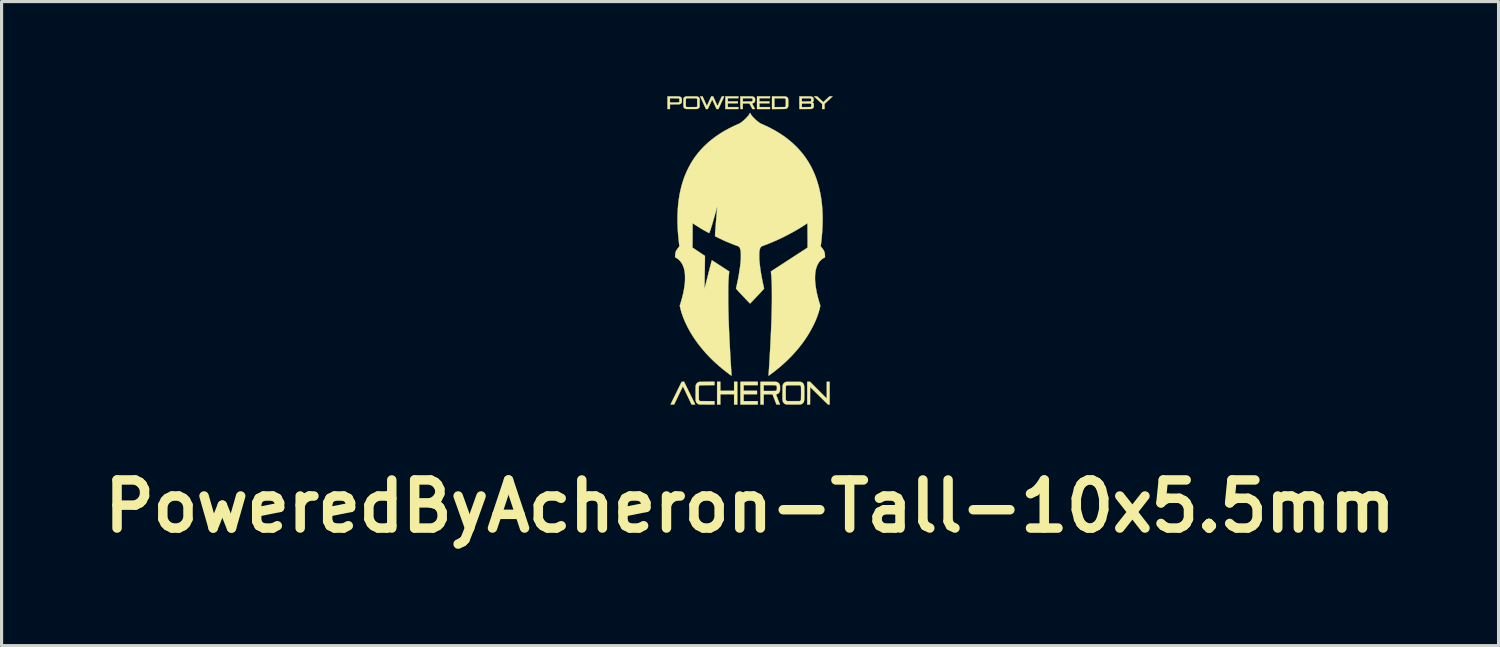
<source format=kicad_pcb>
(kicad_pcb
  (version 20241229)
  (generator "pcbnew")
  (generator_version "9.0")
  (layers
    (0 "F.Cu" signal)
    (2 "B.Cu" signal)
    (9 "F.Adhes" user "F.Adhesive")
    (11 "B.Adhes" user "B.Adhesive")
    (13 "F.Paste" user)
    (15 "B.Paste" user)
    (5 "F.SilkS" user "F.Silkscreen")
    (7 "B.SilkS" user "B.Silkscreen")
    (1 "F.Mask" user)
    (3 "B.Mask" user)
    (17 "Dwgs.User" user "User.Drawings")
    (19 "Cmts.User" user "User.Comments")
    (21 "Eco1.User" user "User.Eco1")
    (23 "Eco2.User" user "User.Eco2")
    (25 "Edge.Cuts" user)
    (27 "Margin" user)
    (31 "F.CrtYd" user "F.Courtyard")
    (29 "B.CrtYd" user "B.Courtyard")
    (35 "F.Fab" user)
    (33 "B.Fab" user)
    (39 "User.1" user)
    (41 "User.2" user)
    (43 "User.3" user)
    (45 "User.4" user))
  (footprint "PoweredByAcheron-Tall-10x5.5mm"
    (layer "F.Cu")
    (at 20.726 4.889)
    (property "Reference" "PoweredByAcheron-Tall-10x5.5mm" (at 0 8.11 0) (layer "F.SilkS") (effects (font (size 1.524 1.524) (thickness 0.3))))
    (attr through_hole)
    (fp_poly (pts (xy -0.942 4.45) (xy -0.505 4.45) (xy -0.505 4.163) (xy -0.404 4.163) (xy -0.404 4.884) (xy -0.505 4.884) (xy -0.505 4.556) (xy -0.942 4.556) (xy -0.942 4.884) (xy -1.044 4.884) (xy -1.044 4.163) (xy -0.942 4.163) (xy -0.942 4.45)) (stroke (width 0.01) (type solid)) (fill yes) (layer "F.SilkS"))
    (fp_poly (pts (xy 0.244 4.269) (xy -0.203 4.269) (xy -0.203 4.45) (xy 0.221 4.45) (xy 0.221 4.556) (xy -0.203 4.556) (xy -0.203 4.777) (xy 0.244 4.777) (xy 0.244 4.884) (xy -0.305 4.884) (xy -0.305 4.163) (xy 0.244 4.163) (xy 0.244 4.269)) (stroke (width 0.01) (type solid)) (fill yes) (layer "F.SilkS"))
    (fp_poly (pts (xy 0.632 -4.826) (xy 0.297 -4.826) (xy 0.297 -4.724) (xy 0.615 -4.724) (xy 0.615 -4.666) (xy 0.297 -4.666) (xy 0.297 -4.544) (xy 0.632 -4.544) (xy 0.632 -4.483) (xy 0.221 -4.483) (xy 0.221 -4.884) (xy 0.632 -4.884) (xy 0.632 -4.826)) (stroke (width 0.01) (type solid)) (fill yes) (layer "F.SilkS"))
    (fp_poly (pts (xy -0.371 -4.826) (xy -0.706 -4.826) (xy -0.706 -4.724) (xy -0.386 -4.724) (xy -0.387 -4.695) (xy -0.387 -4.667) (xy -0.706 -4.665) (xy -0.706 -4.544) (xy -0.371 -4.544) (xy -0.371 -4.483) (xy -0.782 -4.483) (xy -0.782 -4.884) (xy -0.371 -4.884) (xy -0.371 -4.826)) (stroke (width 0.01) (type solid)) (fill yes) (layer "F.SilkS"))
    (fp_poly (pts (xy 2.433 4.697) (xy 2.433 4.43) (xy 2.433 4.163) (xy 2.522 4.163) (xy 2.522 4.884) (xy 2.496 4.883) (xy 2.47 4.883) (xy 2.187 4.604) (xy 1.904 4.325) (xy 1.903 4.604) (xy 1.902 4.884) (xy 1.813 4.884) (xy 1.813 4.163) (xy 1.857 4.163) (xy 1.901 4.163) (xy 2.433 4.697)) (stroke (width 0.01) (type solid)) (fill yes) (layer "F.SilkS"))
    (fp_poly (pts (xy 2.215 -4.801) (xy 2.233 -4.784) (xy 2.251 -4.768) (xy 2.267 -4.753) (xy 2.281 -4.74) (xy 2.294 -4.728) (xy 2.303 -4.719) (xy 2.31 -4.713) (xy 2.314 -4.71) (xy 2.323 -4.701) (xy 2.421 -4.793) (xy 2.52 -4.884) (xy 2.569 -4.884) (xy 2.585 -4.884) (xy 2.598 -4.884) (xy 2.606 -4.883) (xy 2.611 -4.883) (xy 2.613 -4.882) (xy 2.614 -4.881) (xy 2.612 -4.88) (xy 2.612 -4.879) (xy 2.609 -4.877) (xy 2.603 -4.871) (xy 2.594 -4.863) (xy 2.582 -4.852) (xy 2.567 -4.839) (xy 2.551 -4.823) (xy 2.533 -4.806) (xy 2.513 -4.788) (xy 2.492 -4.769) (xy 2.484 -4.761) (xy 2.362 -4.647) (xy 2.361 -4.566) (xy 2.361 -4.484) (xy 2.323 -4.483) (xy 2.286 -4.483) (xy 2.286 -4.645) (xy 2.251 -4.677) (xy 2.241 -4.686) (xy 2.229 -4.698) (xy 2.214 -4.712) (xy 2.197 -4.728) (xy 2.178 -4.745) (xy 2.159 -4.763) (xy 2.14 -4.78) (xy 2.131 -4.789) (xy 2.113 -4.805) (xy 2.096 -4.821) (xy 2.08 -4.835) (xy 2.067 -4.848) (xy 2.055 -4.859) (xy 2.046 -4.867) (xy 2.039 -4.873) (xy 2.037 -4.875) (xy 2.028 -4.884) (xy 2.125 -4.884) (xy 2.215 -4.801)) (stroke (width 0.01) (type solid)) (fill yes) (layer "F.SilkS"))
    (fp_poly (pts (xy -1.917 4.52) (xy -1.897 4.56) (xy -1.878 4.599) (xy -1.86 4.636) (xy -1.842 4.672) (xy -1.826 4.705) (xy -1.81 4.737) (xy -1.796 4.766) (xy -1.783 4.792) (xy -1.772 4.816) (xy -1.762 4.836) (xy -1.754 4.853) (xy -1.748 4.866) (xy -1.743 4.875) (xy -1.741 4.88) (xy -1.741 4.88) (xy -1.741 4.882) (xy -1.743 4.882) (xy -1.748 4.883) (xy -1.756 4.884) (xy -1.767 4.884) (xy -1.783 4.884) (xy -1.796 4.884) (xy -1.853 4.884) (xy -1.99 4.595) (xy -2.007 4.559) (xy -2.024 4.524) (xy -2.039 4.491) (xy -2.054 4.46) (xy -2.068 4.43) (xy -2.081 4.404) (xy -2.093 4.38) (xy -2.103 4.359) (xy -2.112 4.341) (xy -2.119 4.326) (xy -2.124 4.316) (xy -2.127 4.309) (xy -2.129 4.307) (xy -2.129 4.307) (xy -2.13 4.31) (xy -2.134 4.316) (xy -2.139 4.327) (xy -2.146 4.342) (xy -2.155 4.36) (xy -2.165 4.381) (xy -2.177 4.405) (xy -2.19 4.432) (xy -2.204 4.461) (xy -2.219 4.492) (xy -2.235 4.525) (xy -2.252 4.56) (xy -2.269 4.596) (xy -2.269 4.596) (xy -2.407 4.883) (xy -2.463 4.883) (xy -2.48 4.883) (xy -2.494 4.883) (xy -2.506 4.883) (xy -2.514 4.883) (xy -2.519 4.882) (xy -2.519 4.882) (xy -2.518 4.88) (xy -2.515 4.873) (xy -2.51 4.862) (xy -2.503 4.847) (xy -2.494 4.829) (xy -2.483 4.808) (xy -2.471 4.783) (xy -2.458 4.755) (xy -2.443 4.725) (xy -2.427 4.693) (xy -2.41 4.658) (xy -2.392 4.622) (xy -2.373 4.584) (xy -2.354 4.545) (xy -2.343 4.522) (xy -2.167 4.164) (xy -2.129 4.163) (xy -2.091 4.163) (xy -1.917 4.52)) (stroke (width 0.01) (type solid)) (fill yes) (layer "F.SilkS"))
    (fp_poly (pts (xy -2.439 -4.884) (xy -2.402 -4.884) (xy -2.371 -4.884) (xy -2.343 -4.884) (xy -2.32 -4.884) (xy -2.3 -4.883) (xy -2.283 -4.883) (xy -2.269 -4.882) (xy -2.258 -4.881) (xy -2.248 -4.88) (xy -2.24 -4.879) (xy -2.233 -4.878) (xy -2.227 -4.876) (xy -2.222 -4.874) (xy -2.216 -4.871) (xy -2.211 -4.869) (xy -2.21 -4.869) (xy -2.195 -4.859) (xy -2.182 -4.846) (xy -2.171 -4.832) (xy -2.167 -4.822) (xy -2.165 -4.813) (xy -2.164 -4.801) (xy -2.163 -4.785) (xy -2.162 -4.768) (xy -2.162 -4.75) (xy -2.163 -4.733) (xy -2.164 -4.717) (xy -2.165 -4.704) (xy -2.167 -4.695) (xy -2.167 -4.694) (xy -2.176 -4.676) (xy -2.189 -4.661) (xy -2.205 -4.649) (xy -2.206 -4.648) (xy -2.212 -4.645) (xy -2.218 -4.642) (xy -2.224 -4.64) (xy -2.23 -4.638) (xy -2.237 -4.637) (xy -2.246 -4.635) (xy -2.256 -4.634) (xy -2.269 -4.634) (xy -2.284 -4.633) (xy -2.303 -4.633) (xy -2.325 -4.633) (xy -2.351 -4.633) (xy -2.381 -4.633) (xy -2.397 -4.633) (xy -2.54 -4.632) (xy -2.54 -4.483) (xy -2.616 -4.483) (xy -2.616 -4.691) (xy -2.54 -4.691) (xy -2.407 -4.691) (xy -2.377 -4.691) (xy -2.352 -4.691) (xy -2.331 -4.691) (xy -2.314 -4.691) (xy -2.3 -4.692) (xy -2.289 -4.692) (xy -2.281 -4.692) (xy -2.274 -4.693) (xy -2.269 -4.694) (xy -2.265 -4.694) (xy -2.262 -4.695) (xy -2.262 -4.695) (xy -2.254 -4.698) (xy -2.248 -4.702) (xy -2.244 -4.706) (xy -2.242 -4.712) (xy -2.24 -4.721) (xy -2.239 -4.734) (xy -2.239 -4.75) (xy -2.239 -4.757) (xy -2.239 -4.775) (xy -2.239 -4.788) (xy -2.241 -4.798) (xy -2.243 -4.805) (xy -2.246 -4.81) (xy -2.251 -4.814) (xy -2.257 -4.818) (xy -2.259 -4.819) (xy -2.262 -4.82) (xy -2.264 -4.821) (xy -2.268 -4.822) (xy -2.272 -4.823) (xy -2.278 -4.823) (xy -2.287 -4.824) (xy -2.297 -4.824) (xy -2.311 -4.824) (xy -2.328 -4.824) (xy -2.348 -4.825) (xy -2.373 -4.825) (xy -2.403 -4.825) (xy -2.405 -4.825) (xy -2.54 -4.826) (xy -2.54 -4.691) (xy -2.616 -4.691) (xy -2.616 -4.884) (xy -2.439 -4.884)) (stroke (width 0.01) (type solid)) (fill yes) (layer "F.SilkS"))
    (fp_poly (pts (xy 0.906 -4.883) (xy 1.116 -4.883) (xy 1.137 -4.876) (xy 1.159 -4.868) (xy 1.176 -4.857) (xy 1.189 -4.845) (xy 1.199 -4.829) (xy 1.205 -4.815) (xy 1.206 -4.811) (xy 1.207 -4.806) (xy 1.208 -4.802) (xy 1.209 -4.795) (xy 1.209 -4.788) (xy 1.21 -4.778) (xy 1.21 -4.765) (xy 1.21 -4.749) (xy 1.211 -4.73) (xy 1.211 -4.706) (xy 1.211 -4.694) (xy 1.211 -4.664) (xy 1.211 -4.639) (xy 1.211 -4.618) (xy 1.211 -4.601) (xy 1.21 -4.586) (xy 1.209 -4.575) (xy 1.208 -4.565) (xy 1.206 -4.557) (xy 1.204 -4.549) (xy 1.202 -4.543) (xy 1.201 -4.541) (xy 1.194 -4.529) (xy 1.183 -4.517) (xy 1.17 -4.507) (xy 1.157 -4.499) (xy 1.152 -4.497) (xy 1.146 -4.494) (xy 1.141 -4.492) (xy 1.135 -4.491) (xy 1.129 -4.489) (xy 1.121 -4.488) (xy 1.113 -4.487) (xy 1.102 -4.486) (xy 1.089 -4.486) (xy 1.074 -4.485) (xy 1.055 -4.485) (xy 1.034 -4.484) (xy 1.009 -4.484) (xy 0.98 -4.484) (xy 0.947 -4.484) (xy 0.909 -4.483) (xy 0.901 -4.483) (xy 0.696 -4.482) (xy 0.696 -4.543) (xy 0.772 -4.543) (xy 0.935 -4.544) (xy 1.098 -4.545) (xy 1.111 -4.551) (xy 1.116 -4.554) (xy 1.121 -4.556) (xy 1.124 -4.559) (xy 1.127 -4.563) (xy 1.13 -4.567) (xy 1.131 -4.574) (xy 1.132 -4.583) (xy 1.133 -4.594) (xy 1.134 -4.608) (xy 1.134 -4.626) (xy 1.134 -4.648) (xy 1.134 -4.674) (xy 1.134 -4.683) (xy 1.134 -4.711) (xy 1.134 -4.733) (xy 1.134 -4.752) (xy 1.133 -4.767) (xy 1.133 -4.779) (xy 1.132 -4.788) (xy 1.131 -4.795) (xy 1.129 -4.8) (xy 1.127 -4.804) (xy 1.125 -4.807) (xy 1.122 -4.81) (xy 1.119 -4.813) (xy 1.116 -4.815) (xy 1.113 -4.817) (xy 1.109 -4.818) (xy 1.105 -4.82) (xy 1.099 -4.821) (xy 1.092 -4.822) (xy 1.083 -4.823) (xy 1.071 -4.823) (xy 1.057 -4.824) (xy 1.039 -4.824) (xy 1.018 -4.824) (xy 0.993 -4.824) (xy 0.964 -4.825) (xy 0.933 -4.825) (xy 0.772 -4.826) (xy 0.772 -4.543) (xy 0.696 -4.543) (xy 0.696 -4.884) (xy 0.906 -4.883)) (stroke (width 0.01) (type solid)) (fill yes) (layer "F.SilkS"))
    (fp_poly (pts (xy -0.089 -4.884) (xy -0.058 -4.884) (xy -0.031 -4.884) (xy -0.008 -4.884) (xy 0.011 -4.883) (xy 0.027 -4.883) (xy 0.04 -4.883) (xy 0.051 -4.883) (xy 0.06 -4.882) (xy 0.067 -4.882) (xy 0.072 -4.881) (xy 0.077 -4.88) (xy 0.078 -4.88) (xy 0.102 -4.873) (xy 0.122 -4.863) (xy 0.138 -4.85) (xy 0.149 -4.833) (xy 0.152 -4.828) (xy 0.155 -4.823) (xy 0.156 -4.818) (xy 0.158 -4.812) (xy 0.158 -4.805) (xy 0.159 -4.795) (xy 0.159 -4.782) (xy 0.159 -4.773) (xy 0.159 -4.758) (xy 0.158 -4.747) (xy 0.158 -4.738) (xy 0.157 -4.732) (xy 0.156 -4.727) (xy 0.153 -4.721) (xy 0.152 -4.718) (xy 0.143 -4.702) (xy 0.133 -4.69) (xy 0.12 -4.681) (xy 0.104 -4.673) (xy 0.084 -4.667) (xy 0.062 -4.662) (xy 0.107 -4.575) (xy 0.118 -4.556) (xy 0.127 -4.538) (xy 0.135 -4.522) (xy 0.143 -4.508) (xy 0.148 -4.497) (xy 0.152 -4.49) (xy 0.154 -4.486) (xy 0.154 -4.486) (xy 0.154 -4.485) (xy 0.15 -4.484) (xy 0.143 -4.483) (xy 0.133 -4.483) (xy 0.118 -4.483) (xy 0.115 -4.483) (xy 0.075 -4.483) (xy -0.02 -4.662) (xy -0.23 -4.662) (xy -0.231 -4.572) (xy -0.231 -4.483) (xy -0.268 -4.483) (xy -0.281 -4.483) (xy -0.292 -4.483) (xy -0.3 -4.484) (xy -0.305 -4.484) (xy -0.306 -4.484) (xy -0.306 -4.487) (xy -0.306 -4.495) (xy -0.306 -4.506) (xy -0.307 -4.522) (xy -0.307 -4.541) (xy -0.307 -4.563) (xy -0.307 -4.588) (xy -0.307 -4.616) (xy -0.307 -4.645) (xy -0.307 -4.676) (xy -0.307 -4.685) (xy -0.307 -4.721) (xy -0.231 -4.721) (xy -0.092 -4.721) (xy -0.062 -4.722) (xy -0.036 -4.722) (xy -0.014 -4.722) (xy 0.004 -4.722) (xy 0.018 -4.722) (xy 0.03 -4.722) (xy 0.039 -4.723) (xy 0.046 -4.723) (xy 0.051 -4.724) (xy 0.055 -4.725) (xy 0.059 -4.726) (xy 0.059 -4.726) (xy 0.069 -4.73) (xy 0.075 -4.735) (xy 0.08 -4.742) (xy 0.082 -4.752) (xy 0.083 -4.766) (xy 0.083 -4.769) (xy 0.083 -4.785) (xy 0.082 -4.797) (xy 0.079 -4.806) (xy 0.074 -4.812) (xy 0.067 -4.818) (xy 0.066 -4.818) (xy 0.055 -4.824) (xy -0.23 -4.824) (xy -0.231 -4.773) (xy -0.231 -4.721) (xy -0.307 -4.721) (xy -0.307 -4.884) (xy -0.124 -4.884) (xy -0.089 -4.884)) (stroke (width 0.01) (type solid)) (fill yes) (layer "F.SilkS"))
    (fp_poly (pts (xy -1.128 4.269) (xy -1.356 4.27) (xy -1.584 4.271) (xy -1.594 4.276) (xy -1.607 4.286) (xy -1.617 4.299) (xy -1.622 4.311) (xy -1.622 4.314) (xy -1.623 4.318) (xy -1.624 4.323) (xy -1.624 4.33) (xy -1.624 4.338) (xy -1.625 4.349) (xy -1.625 4.363) (xy -1.625 4.379) (xy -1.625 4.399) (xy -1.625 4.422) (xy -1.625 4.45) (xy -1.625 4.481) (xy -1.625 4.518) (xy -1.625 4.529) (xy -1.625 4.566) (xy -1.625 4.598) (xy -1.624 4.626) (xy -1.624 4.65) (xy -1.624 4.67) (xy -1.624 4.687) (xy -1.624 4.701) (xy -1.623 4.712) (xy -1.623 4.721) (xy -1.623 4.728) (xy -1.622 4.733) (xy -1.621 4.737) (xy -1.621 4.74) (xy -1.62 4.742) (xy -1.62 4.743) (xy -1.612 4.756) (xy -1.602 4.765) (xy -1.592 4.771) (xy -1.59 4.772) (xy -1.588 4.772) (xy -1.586 4.773) (xy -1.582 4.774) (xy -1.578 4.774) (xy -1.572 4.775) (xy -1.564 4.775) (xy -1.555 4.775) (xy -1.542 4.776) (xy -1.528 4.776) (xy -1.51 4.776) (xy -1.489 4.776) (xy -1.464 4.776) (xy -1.435 4.776) (xy -1.401 4.777) (xy -1.363 4.777) (xy -1.354 4.777) (xy -1.128 4.777) (xy -1.128 4.884) (xy -1.358 4.884) (xy -1.392 4.883) (xy -1.425 4.883) (xy -1.456 4.883) (xy -1.484 4.883) (xy -1.511 4.883) (xy -1.534 4.883) (xy -1.554 4.883) (xy -1.571 4.883) (xy -1.584 4.882) (xy -1.592 4.882) (xy -1.596 4.882) (xy -1.596 4.882) (xy -1.622 4.876) (xy -1.646 4.867) (xy -1.667 4.854) (xy -1.685 4.839) (xy -1.692 4.831) (xy -1.701 4.818) (xy -1.709 4.802) (xy -1.716 4.784) (xy -1.721 4.767) (xy -1.721 4.766) (xy -1.722 4.762) (xy -1.723 4.758) (xy -1.723 4.753) (xy -1.724 4.747) (xy -1.724 4.739) (xy -1.725 4.73) (xy -1.725 4.718) (xy -1.725 4.705) (xy -1.725 4.688) (xy -1.726 4.668) (xy -1.726 4.645) (xy -1.726 4.618) (xy -1.726 4.587) (xy -1.726 4.551) (xy -1.726 4.522) (xy -1.726 4.483) (xy -1.726 4.448) (xy -1.726 4.418) (xy -1.726 4.392) (xy -1.725 4.37) (xy -1.725 4.351) (xy -1.725 4.336) (xy -1.725 4.322) (xy -1.725 4.312) (xy -1.724 4.303) (xy -1.724 4.296) (xy -1.723 4.29) (xy -1.723 4.286) (xy -1.722 4.282) (xy -1.721 4.28) (xy -1.713 4.252) (xy -1.7 4.228) (xy -1.684 4.208) (xy -1.665 4.191) (xy -1.641 4.178) (xy -1.624 4.171) (xy -1.604 4.164) (xy -1.366 4.163) (xy -1.128 4.162) (xy -1.128 4.269)) (stroke (width 0.01) (type solid)) (fill yes) (layer "F.SilkS"))
    (fp_poly (pts (xy -1.104 -4.733) (xy -1.092 -4.707) (xy -1.081 -4.683) (xy -1.07 -4.66) (xy -1.061 -4.639) (xy -1.053 -4.621) (xy -1.046 -4.606) (xy -1.04 -4.594) (xy -1.036 -4.586) (xy -1.034 -4.582) (xy -1.034 -4.581) (xy -1.033 -4.583) (xy -1.03 -4.589) (xy -1.025 -4.599) (xy -1.018 -4.613) (xy -1.01 -4.63) (xy -1.001 -4.649) (xy -0.991 -4.671) (xy -0.98 -4.695) (xy -0.968 -4.72) (xy -0.963 -4.732) (xy -0.893 -4.884) (xy -0.857 -4.884) (xy -0.842 -4.884) (xy -0.832 -4.884) (xy -0.826 -4.883) (xy -0.822 -4.882) (xy -0.821 -4.881) (xy -0.821 -4.88) (xy -0.823 -4.877) (xy -0.826 -4.87) (xy -0.831 -4.859) (xy -0.838 -4.844) (xy -0.846 -4.827) (xy -0.855 -4.806) (xy -0.866 -4.783) (xy -0.878 -4.757) (xy -0.89 -4.73) (xy -0.904 -4.701) (xy -0.914 -4.679) (xy -1.004 -4.483) (xy -1.061 -4.483) (xy -1.13 -4.637) (xy -1.144 -4.667) (xy -1.156 -4.693) (xy -1.166 -4.715) (xy -1.175 -4.734) (xy -1.182 -4.749) (xy -1.187 -4.761) (xy -1.192 -4.77) (xy -1.195 -4.776) (xy -1.198 -4.781) (xy -1.2 -4.784) (xy -1.201 -4.785) (xy -1.202 -4.785) (xy -1.203 -4.784) (xy -1.203 -4.783) (xy -1.205 -4.78) (xy -1.208 -4.772) (xy -1.213 -4.76) (xy -1.22 -4.746) (xy -1.228 -4.728) (xy -1.238 -4.707) (xy -1.248 -4.685) (xy -1.259 -4.661) (xy -1.271 -4.635) (xy -1.273 -4.63) (xy -1.341 -4.484) (xy -1.368 -4.483) (xy -1.396 -4.482) (xy -1.4 -4.492) (xy -1.403 -4.498) (xy -1.408 -4.507) (xy -1.414 -4.52) (xy -1.421 -4.536) (xy -1.43 -4.555) (xy -1.439 -4.576) (xy -1.45 -4.599) (xy -1.461 -4.623) (xy -1.473 -4.648) (xy -1.484 -4.674) (xy -1.496 -4.7) (xy -1.508 -4.726) (xy -1.52 -4.751) (xy -1.531 -4.776) (xy -1.541 -4.798) (xy -1.551 -4.819) (xy -1.559 -4.838) (xy -1.567 -4.854) (xy -1.573 -4.867) (xy -1.577 -4.876) (xy -1.579 -4.881) (xy -1.58 -4.883) (xy -1.577 -4.883) (xy -1.571 -4.883) (xy -1.561 -4.884) (xy -1.549 -4.884) (xy -1.544 -4.884) (xy -1.507 -4.884) (xy -1.439 -4.733) (xy -1.427 -4.707) (xy -1.416 -4.682) (xy -1.405 -4.659) (xy -1.396 -4.638) (xy -1.388 -4.62) (xy -1.381 -4.605) (xy -1.375 -4.593) (xy -1.371 -4.585) (xy -1.369 -4.581) (xy -1.369 -4.58) (xy -1.368 -4.583) (xy -1.365 -4.589) (xy -1.36 -4.599) (xy -1.353 -4.613) (xy -1.345 -4.63) (xy -1.336 -4.649) (xy -1.326 -4.671) (xy -1.315 -4.695) (xy -1.303 -4.72) (xy -1.298 -4.732) (xy -1.229 -4.884) (xy -1.171 -4.884) (xy -1.104 -4.733)) (stroke (width 0.01) (type solid)) (fill yes) (layer "F.SilkS"))
    (fp_poly (pts (xy 0.651 4.163) (xy 0.685 4.163) (xy 0.714 4.163) (xy 0.739 4.163) (xy 0.761 4.163) (xy 0.779 4.164) (xy 0.795 4.164) (xy 0.809 4.165) (xy 0.82 4.165) (xy 0.829 4.166) (xy 0.837 4.168) (xy 0.844 4.169) (xy 0.85 4.171) (xy 0.855 4.173) (xy 0.861 4.175) (xy 0.866 4.177) (xy 0.872 4.18) (xy 0.873 4.18) (xy 0.894 4.194) (xy 0.913 4.211) (xy 0.928 4.231) (xy 0.94 4.256) (xy 0.946 4.277) (xy 0.948 4.283) (xy 0.949 4.29) (xy 0.95 4.298) (xy 0.95 4.308) (xy 0.951 4.32) (xy 0.951 4.336) (xy 0.951 4.355) (xy 0.951 4.365) (xy 0.951 4.385) (xy 0.951 4.401) (xy 0.951 4.414) (xy 0.95 4.424) (xy 0.95 4.431) (xy 0.949 4.438) (xy 0.947 4.444) (xy 0.946 4.45) (xy 0.944 4.456) (xy 0.934 4.482) (xy 0.922 4.504) (xy 0.907 4.522) (xy 0.89 4.537) (xy 0.887 4.539) (xy 0.878 4.543) (xy 0.867 4.548) (xy 0.855 4.553) (xy 0.843 4.556) (xy 0.834 4.558) (xy 0.829 4.559) (xy 0.824 4.56) (xy 0.823 4.562) (xy 0.824 4.565) (xy 0.826 4.572) (xy 0.831 4.584) (xy 0.836 4.598) (xy 0.843 4.616) (xy 0.851 4.637) (xy 0.86 4.66) (xy 0.869 4.685) (xy 0.879 4.711) (xy 0.885 4.725) (xy 0.947 4.884) (xy 0.892 4.883) (xy 0.838 4.883) (xy 0.713 4.561) (xy 0.432 4.561) (xy 0.432 4.884) (xy 0.33 4.884) (xy 0.33 4.269) (xy 0.432 4.269) (xy 0.432 4.455) (xy 0.615 4.455) (xy 0.651 4.455) (xy 0.682 4.455) (xy 0.709 4.455) (xy 0.731 4.454) (xy 0.75 4.454) (xy 0.766 4.454) (xy 0.779 4.454) (xy 0.789 4.453) (xy 0.797 4.453) (xy 0.803 4.452) (xy 0.808 4.452) (xy 0.811 4.451) (xy 0.812 4.451) (xy 0.825 4.445) (xy 0.834 4.438) (xy 0.84 4.432) (xy 0.844 4.424) (xy 0.847 4.415) (xy 0.849 4.403) (xy 0.85 4.388) (xy 0.851 4.369) (xy 0.851 4.362) (xy 0.851 4.342) (xy 0.85 4.326) (xy 0.848 4.314) (xy 0.846 4.304) (xy 0.842 4.296) (xy 0.837 4.289) (xy 0.834 4.286) (xy 0.831 4.283) (xy 0.828 4.28) (xy 0.825 4.278) (xy 0.821 4.276) (xy 0.816 4.275) (xy 0.811 4.273) (xy 0.803 4.272) (xy 0.794 4.271) (xy 0.782 4.271) (xy 0.767 4.27) (xy 0.75 4.27) (xy 0.729 4.269) (xy 0.704 4.269) (xy 0.675 4.269) (xy 0.642 4.269) (xy 0.432 4.269) (xy 0.33 4.269) (xy 0.33 4.163) (xy 0.572 4.163) (xy 0.614 4.163) (xy 0.651 4.163)) (stroke (width 0.01) (type solid)) (fill yes) (layer "F.SilkS"))
    (fp_poly (pts (xy -1.765 -4.883) (xy -1.74 -4.883) (xy -1.719 -4.883) (xy -1.703 -4.883) (xy -1.692 -4.882) (xy -1.686 -4.881) (xy -1.662 -4.876) (xy -1.641 -4.867) (xy -1.624 -4.855) (xy -1.611 -4.84) (xy -1.606 -4.832) (xy -1.599 -4.817) (xy -1.599 -4.552) (xy -1.605 -4.538) (xy -1.616 -4.522) (xy -1.63 -4.508) (xy -1.648 -4.497) (xy -1.67 -4.489) (xy -1.67 -4.488) (xy -1.674 -4.488) (xy -1.678 -4.487) (xy -1.683 -4.486) (xy -1.69 -4.486) (xy -1.699 -4.485) (xy -1.71 -4.485) (xy -1.723 -4.485) (xy -1.74 -4.484) (xy -1.76 -4.484) (xy -1.784 -4.484) (xy -1.813 -4.484) (xy -1.844 -4.484) (xy -1.872 -4.484) (xy -1.899 -4.484) (xy -1.924 -4.484) (xy -1.946 -4.484) (xy -1.966 -4.484) (xy -1.983 -4.484) (xy -1.996 -4.484) (xy -2.005 -4.484) (xy -2.01 -4.484) (xy -2.01 -4.484) (xy -2.034 -4.488) (xy -2.055 -4.494) (xy -2.071 -4.502) (xy -2.085 -4.512) (xy -2.091 -4.518) (xy -2.095 -4.523) (xy -2.099 -4.528) (xy -2.102 -4.532) (xy -2.105 -4.537) (xy -2.107 -4.543) (xy -2.109 -4.551) (xy -2.11 -4.56) (xy -2.111 -4.571) (xy -2.111 -4.586) (xy -2.112 -4.603) (xy -2.112 -4.624) (xy -2.112 -4.649) (xy -2.112 -4.679) (xy -2.112 -4.686) (xy -2.112 -4.692) (xy -2.037 -4.692) (xy -2.037 -4.685) (xy -2.037 -4.657) (xy -2.037 -4.633) (xy -2.037 -4.614) (xy -2.036 -4.598) (xy -2.036 -4.586) (xy -2.035 -4.576) (xy -2.034 -4.569) (xy -2.033 -4.564) (xy -2.031 -4.56) (xy -2.029 -4.557) (xy -2.027 -4.555) (xy -2.026 -4.554) (xy -2.023 -4.552) (xy -2.02 -4.55) (xy -2.017 -4.549) (xy -2.013 -4.547) (xy -2.007 -4.546) (xy -1.999 -4.546) (xy -1.99 -4.545) (xy -1.977 -4.545) (xy -1.962 -4.544) (xy -1.944 -4.544) (xy -1.922 -4.544) (xy -1.895 -4.544) (xy -1.865 -4.544) (xy -1.85 -4.544) (xy -1.698 -4.545) (xy -1.689 -4.551) (xy -1.682 -4.556) (xy -1.677 -4.562) (xy -1.676 -4.563) (xy -1.676 -4.567) (xy -1.675 -4.574) (xy -1.675 -4.585) (xy -1.674 -4.599) (xy -1.674 -4.618) (xy -1.674 -4.642) (xy -1.674 -4.67) (xy -1.674 -4.688) (xy -1.675 -4.805) (xy -1.681 -4.811) (xy -1.684 -4.814) (xy -1.686 -4.816) (xy -1.689 -4.818) (xy -1.693 -4.82) (xy -1.698 -4.821) (xy -1.705 -4.822) (xy -1.714 -4.823) (xy -1.725 -4.823) (xy -1.739 -4.824) (xy -1.756 -4.824) (xy -1.777 -4.824) (xy -1.801 -4.824) (xy -1.83 -4.824) (xy -1.857 -4.824) (xy -2.008 -4.824) (xy -2.019 -4.818) (xy -2.023 -4.816) (xy -2.026 -4.814) (xy -2.029 -4.811) (xy -2.031 -4.808) (xy -2.033 -4.803) (xy -2.035 -4.796) (xy -2.036 -4.787) (xy -2.036 -4.775) (xy -2.037 -4.76) (xy -2.037 -4.742) (xy -2.037 -4.719) (xy -2.037 -4.692) (xy -2.112 -4.692) (xy -2.112 -4.715) (xy -2.112 -4.739) (xy -2.112 -4.759) (xy -2.112 -4.776) (xy -2.111 -4.789) (xy -2.111 -4.799) (xy -2.111 -4.807) (xy -2.11 -4.813) (xy -2.109 -4.818) (xy -2.108 -4.821) (xy -2.107 -4.824) (xy -2.107 -4.824) (xy -2.098 -4.841) (xy -2.087 -4.854) (xy -2.074 -4.864) (xy -2.056 -4.873) (xy -2.048 -4.876) (xy -2.028 -4.883) (xy -1.866 -4.883) (xy -1.828 -4.884) (xy -1.794 -4.884) (xy -1.765 -4.883)) (stroke (width 0.01) (type solid)) (fill yes) (layer "F.SilkS"))
    (fp_poly (pts (xy 1.777 -4.884) (xy 1.808 -4.884) (xy 1.834 -4.884) (xy 1.857 -4.884) (xy 1.876 -4.883) (xy 1.892 -4.883) (xy 1.905 -4.883) (xy 1.915 -4.882) (xy 1.924 -4.882) (xy 1.93 -4.881) (xy 1.935 -4.88) (xy 1.936 -4.88) (xy 1.959 -4.874) (xy 1.977 -4.866) (xy 1.991 -4.856) (xy 2.002 -4.843) (xy 2.006 -4.836) (xy 2.008 -4.83) (xy 2.01 -4.825) (xy 2.012 -4.819) (xy 2.013 -4.811) (xy 2.013 -4.8) (xy 2.014 -4.786) (xy 2.014 -4.784) (xy 2.014 -4.768) (xy 2.014 -4.756) (xy 2.013 -4.746) (xy 2.012 -4.739) (xy 2.01 -4.735) (xy 2.004 -4.721) (xy 1.994 -4.709) (xy 1.983 -4.7) (xy 1.98 -4.698) (xy 1.97 -4.694) (xy 1.981 -4.689) (xy 1.995 -4.681) (xy 2.006 -4.67) (xy 2.014 -4.657) (xy 2.015 -4.655) (xy 2.017 -4.65) (xy 2.018 -4.644) (xy 2.019 -4.637) (xy 2.019 -4.627) (xy 2.019 -4.613) (xy 2.019 -4.596) (xy 2.019 -4.595) (xy 2.018 -4.579) (xy 2.018 -4.566) (xy 2.017 -4.557) (xy 2.017 -4.55) (xy 2.015 -4.544) (xy 2.014 -4.54) (xy 2.011 -4.534) (xy 2.011 -4.533) (xy 2.001 -4.518) (xy 1.987 -4.506) (xy 1.969 -4.496) (xy 1.947 -4.489) (xy 1.944 -4.488) (xy 1.94 -4.487) (xy 1.934 -4.486) (xy 1.927 -4.486) (xy 1.919 -4.485) (xy 1.908 -4.485) (xy 1.894 -4.485) (xy 1.878 -4.484) (xy 1.858 -4.484) (xy 1.835 -4.484) (xy 1.807 -4.484) (xy 1.775 -4.483) (xy 1.75 -4.483) (xy 1.72 -4.483) (xy 1.691 -4.483) (xy 1.665 -4.483) (xy 1.641 -4.483) (xy 1.619 -4.483) (xy 1.601 -4.483) (xy 1.586 -4.483) (xy 1.575 -4.484) (xy 1.568 -4.484) (xy 1.566 -4.484) (xy 1.566 -4.487) (xy 1.566 -4.494) (xy 1.565 -4.506) (xy 1.565 -4.522) (xy 1.565 -4.541) (xy 1.565 -4.543) (xy 1.641 -4.543) (xy 1.778 -4.544) (xy 1.809 -4.544) (xy 1.834 -4.544) (xy 1.855 -4.545) (xy 1.873 -4.545) (xy 1.887 -4.545) (xy 1.898 -4.546) (xy 1.906 -4.546) (xy 1.913 -4.546) (xy 1.917 -4.547) (xy 1.921 -4.548) (xy 1.923 -4.549) (xy 1.925 -4.549) (xy 1.931 -4.554) (xy 1.936 -4.559) (xy 1.94 -4.565) (xy 1.941 -4.573) (xy 1.942 -4.585) (xy 1.942 -4.601) (xy 1.942 -4.607) (xy 1.942 -4.621) (xy 1.942 -4.631) (xy 1.941 -4.638) (xy 1.94 -4.642) (xy 1.938 -4.645) (xy 1.936 -4.648) (xy 1.935 -4.649) (xy 1.927 -4.654) (xy 1.919 -4.658) (xy 1.918 -4.658) (xy 1.913 -4.658) (xy 1.903 -4.659) (xy 1.889 -4.659) (xy 1.87 -4.66) (xy 1.847 -4.66) (xy 1.819 -4.66) (xy 1.788 -4.66) (xy 1.775 -4.66) (xy 1.641 -4.66) (xy 1.641 -4.543) (xy 1.565 -4.543) (xy 1.565 -4.563) (xy 1.565 -4.588) (xy 1.565 -4.616) (xy 1.565 -4.645) (xy 1.564 -4.676) (xy 1.564 -4.685) (xy 1.564 -4.721) (xy 1.641 -4.721) (xy 1.773 -4.721) (xy 1.799 -4.722) (xy 1.824 -4.722) (xy 1.846 -4.722) (xy 1.867 -4.722) (xy 1.884 -4.722) (xy 1.899 -4.723) (xy 1.909 -4.723) (xy 1.915 -4.724) (xy 1.916 -4.724) (xy 1.924 -4.726) (xy 1.929 -4.729) (xy 1.933 -4.734) (xy 1.935 -4.741) (xy 1.937 -4.752) (xy 1.937 -4.766) (xy 1.937 -4.769) (xy 1.938 -4.785) (xy 1.937 -4.797) (xy 1.936 -4.806) (xy 1.933 -4.812) (xy 1.929 -4.816) (xy 1.923 -4.82) (xy 1.921 -4.821) (xy 1.918 -4.821) (xy 1.914 -4.822) (xy 1.909 -4.823) (xy 1.902 -4.823) (xy 1.893 -4.824) (xy 1.881 -4.824) (xy 1.867 -4.824) (xy 1.848 -4.824) (xy 1.826 -4.824) (xy 1.8 -4.824) (xy 1.778 -4.824) (xy 1.642 -4.824) (xy 1.641 -4.773) (xy 1.641 -4.721) (xy 1.564 -4.721) (xy 1.564 -4.884) (xy 1.741 -4.884) (xy 1.777 -4.884)) (stroke (width 0.01) (type solid)) (fill yes) (layer "F.SilkS"))
    (fp_poly (pts (xy 1.618 4.172) (xy 1.643 4.183) (xy 1.664 4.196) (xy 1.681 4.213) (xy 1.695 4.233) (xy 1.705 4.256) (xy 1.713 4.283) (xy 1.717 4.312) (xy 1.717 4.319) (xy 1.718 4.331) (xy 1.718 4.347) (xy 1.718 4.367) (xy 1.719 4.389) (xy 1.719 4.414) (xy 1.719 4.441) (xy 1.719 4.47) (xy 1.719 4.499) (xy 1.719 4.529) (xy 1.719 4.559) (xy 1.719 4.588) (xy 1.719 4.616) (xy 1.719 4.642) (xy 1.719 4.666) (xy 1.718 4.688) (xy 1.718 4.706) (xy 1.718 4.72) (xy 1.717 4.731) (xy 1.717 4.735) (xy 1.713 4.762) (xy 1.707 4.785) (xy 1.699 4.806) (xy 1.689 4.823) (xy 1.675 4.84) (xy 1.674 4.841) (xy 1.655 4.856) (xy 1.635 4.868) (xy 1.611 4.878) (xy 1.609 4.878) (xy 1.606 4.879) (xy 1.602 4.88) (xy 1.598 4.88) (xy 1.592 4.881) (xy 1.585 4.881) (xy 1.576 4.882) (xy 1.565 4.882) (xy 1.551 4.882) (xy 1.534 4.882) (xy 1.515 4.883) (xy 1.491 4.883) (xy 1.464 4.883) (xy 1.432 4.883) (xy 1.396 4.883) (xy 1.38 4.883) (xy 1.348 4.883) (xy 1.316 4.883) (xy 1.286 4.883) (xy 1.258 4.883) (xy 1.233 4.883) (xy 1.21 4.882) (xy 1.191 4.882) (xy 1.175 4.882) (xy 1.163 4.882) (xy 1.156 4.881) (xy 1.154 4.881) (xy 1.127 4.874) (xy 1.102 4.863) (xy 1.081 4.848) (xy 1.064 4.83) (xy 1.05 4.808) (xy 1.039 4.783) (xy 1.039 4.782) (xy 1.037 4.776) (xy 1.036 4.769) (xy 1.034 4.762) (xy 1.033 4.754) (xy 1.032 4.745) (xy 1.031 4.735) (xy 1.03 4.722) (xy 1.03 4.708) (xy 1.029 4.69) (xy 1.029 4.67) (xy 1.029 4.647) (xy 1.029 4.62) (xy 1.029 4.589) (xy 1.029 4.554) (xy 1.029 4.531) (xy 1.131 4.531) (xy 1.131 4.56) (xy 1.131 4.588) (xy 1.131 4.616) (xy 1.132 4.642) (xy 1.132 4.666) (xy 1.132 4.687) (xy 1.133 4.705) (xy 1.133 4.72) (xy 1.134 4.732) (xy 1.135 4.738) (xy 1.135 4.74) (xy 1.142 4.754) (xy 1.154 4.765) (xy 1.168 4.773) (xy 1.175 4.775) (xy 1.179 4.775) (xy 1.188 4.775) (xy 1.201 4.776) (xy 1.218 4.776) (xy 1.239 4.776) (xy 1.262 4.776) (xy 1.289 4.776) (xy 1.317 4.776) (xy 1.348 4.776) (xy 1.379 4.776) (xy 1.573 4.776) (xy 1.586 4.77) (xy 1.599 4.761) (xy 1.608 4.749) (xy 1.613 4.738) (xy 1.614 4.733) (xy 1.614 4.724) (xy 1.615 4.711) (xy 1.615 4.694) (xy 1.616 4.674) (xy 1.616 4.651) (xy 1.616 4.626) (xy 1.617 4.599) (xy 1.617 4.571) (xy 1.617 4.542) (xy 1.617 4.513) (xy 1.617 4.484) (xy 1.617 4.456) (xy 1.617 4.429) (xy 1.616 4.403) (xy 1.616 4.379) (xy 1.616 4.358) (xy 1.615 4.341) (xy 1.615 4.326) (xy 1.614 4.316) (xy 1.613 4.31) (xy 1.613 4.309) (xy 1.605 4.293) (xy 1.594 4.281) (xy 1.587 4.276) (xy 1.576 4.271) (xy 1.172 4.271) (xy 1.162 4.276) (xy 1.148 4.286) (xy 1.138 4.299) (xy 1.135 4.307) (xy 1.134 4.311) (xy 1.134 4.32) (xy 1.133 4.333) (xy 1.133 4.35) (xy 1.132 4.37) (xy 1.132 4.393) (xy 1.132 4.418) (xy 1.131 4.445) (xy 1.131 4.473) (xy 1.131 4.502) (xy 1.131 4.531) (xy 1.029 4.531) (xy 1.029 4.514) (xy 1.029 4.507) (xy 1.029 4.468) (xy 1.03 4.433) (xy 1.03 4.403) (xy 1.03 4.377) (xy 1.03 4.355) (xy 1.031 4.336) (xy 1.031 4.319) (xy 1.032 4.306) (xy 1.033 4.294) (xy 1.034 4.285) (xy 1.035 4.277) (xy 1.037 4.27) (xy 1.038 4.264) (xy 1.04 4.258) (xy 1.043 4.253) (xy 1.046 4.247) (xy 1.048 4.242) (xy 1.061 4.22) (xy 1.078 4.202) (xy 1.098 4.187) (xy 1.122 4.175) (xy 1.132 4.171) (xy 1.154 4.164) (xy 1.596 4.164) (xy 1.618 4.172)) (stroke (width 0.01) (type solid)) (fill yes) (layer "F.SilkS"))
    (fp_poly (pts (xy 0.002 -4.361) (xy 0.005 -4.355) (xy 0.009 -4.347) (xy 0.013 -4.338) (xy 0.028 -4.312) (xy 0.048 -4.283) (xy 0.071 -4.253) (xy 0.098 -4.222) (xy 0.128 -4.191) (xy 0.162 -4.158) (xy 0.198 -4.126) (xy 0.236 -4.094) (xy 0.277 -4.063) (xy 0.29 -4.054) (xy 0.302 -4.045) (xy 0.312 -4.038) (xy 0.321 -4.032) (xy 0.331 -4.027) (xy 0.341 -4.021) (xy 0.354 -4.016) (xy 0.37 -4.009) (xy 0.381 -4.004) (xy 0.494 -3.953) (xy 0.606 -3.9) (xy 0.713 -3.843) (xy 0.818 -3.785) (xy 0.919 -3.724) (xy 1.016 -3.661) (xy 1.108 -3.597) (xy 1.197 -3.53) (xy 1.201 -3.527) (xy 1.294 -3.45) (xy 1.383 -3.371) (xy 1.468 -3.29) (xy 1.548 -3.205) (xy 1.624 -3.118) (xy 1.696 -3.029) (xy 1.763 -2.937) (xy 1.788 -2.9) (xy 1.85 -2.804) (xy 1.908 -2.706) (xy 1.961 -2.604) (xy 2.011 -2.5) (xy 2.057 -2.393) (xy 2.098 -2.283) (xy 2.136 -2.17) (xy 2.17 -2.053) (xy 2.2 -1.934) (xy 2.226 -1.812) (xy 2.248 -1.687) (xy 2.267 -1.559) (xy 2.281 -1.428) (xy 2.291 -1.293) (xy 2.298 -1.156) (xy 2.301 -1.015) (xy 2.299 -0.871) (xy 2.294 -0.724) (xy 2.285 -0.573) (xy 2.279 -0.498) (xy 2.275 -0.454) (xy 2.272 -0.411) (xy 2.267 -0.369) (xy 2.263 -0.326) (xy 2.257 -0.28) (xy 2.252 -0.231) (xy 2.25 -0.217) (xy 2.239 -0.131) (xy 2.272 -0.09) (xy 2.293 -0.063) (xy 2.311 -0.039) (xy 2.325 -0.017) (xy 2.338 0.004) (xy 2.347 0.024) (xy 2.355 0.043) (xy 2.361 0.064) (xy 2.366 0.082) (xy 2.369 0.105) (xy 2.372 0.132) (xy 2.374 0.16) (xy 2.375 0.185) (xy 2.375 0.217) (xy 2.355 0.227) (xy 2.317 0.249) (xy 2.28 0.276) (xy 2.245 0.306) (xy 2.213 0.34) (xy 2.185 0.376) (xy 2.174 0.392) (xy 2.149 0.433) (xy 2.128 0.477) (xy 2.11 0.524) (xy 2.094 0.575) (xy 2.081 0.63) (xy 2.071 0.688) (xy 2.066 0.731) (xy 2.064 0.748) (xy 2.063 0.77) (xy 2.062 0.794) (xy 2.061 0.821) (xy 2.06 0.849) (xy 2.06 0.878) (xy 2.06 0.905) (xy 2.061 0.931) (xy 2.061 0.954) (xy 2.062 0.966) (xy 2.069 1.053) (xy 2.08 1.143) (xy 2.095 1.234) (xy 2.113 1.329) (xy 2.135 1.426) (xy 2.16 1.526) (xy 2.19 1.629) (xy 2.208 1.689) (xy 2.227 1.749) (xy 2.22 1.787) (xy 2.205 1.852) (xy 2.187 1.92) (xy 2.165 1.991) (xy 2.14 2.064) (xy 2.112 2.139) (xy 2.081 2.215) (xy 2.047 2.291) (xy 2.01 2.369) (xy 1.996 2.398) (xy 1.935 2.512) (xy 1.87 2.626) (xy 1.8 2.739) (xy 1.725 2.85) (xy 1.646 2.959) (xy 1.562 3.067) (xy 1.473 3.173) (xy 1.38 3.278) (xy 1.283 3.381) (xy 1.181 3.482) (xy 1.075 3.581) (xy 0.965 3.678) (xy 0.85 3.773) (xy 0.732 3.866) (xy 0.632 3.94) (xy 0.619 3.95) (xy 0.608 3.958) (xy 0.598 3.964) (xy 0.591 3.969) (xy 0.588 3.971) (xy 0.587 3.971) (xy 0.587 3.969) (xy 0.588 3.961) (xy 0.588 3.95) (xy 0.589 3.935) (xy 0.59 3.916) (xy 0.591 3.894) (xy 0.593 3.87) (xy 0.594 3.844) (xy 0.596 3.816) (xy 0.597 3.809) (xy 0.609 3.619) (xy 0.62 3.433) (xy 0.63 3.252) (xy 0.64 3.077) (xy 0.649 2.905) (xy 0.657 2.739) (xy 0.664 2.577) (xy 0.67 2.419) (xy 0.676 2.266) (xy 0.681 2.117) (xy 0.685 1.972) (xy 0.689 1.832) (xy 0.691 1.723) (xy 0.692 1.693) (xy 0.692 1.66) (xy 0.692 1.624) (xy 0.693 1.585) (xy 0.693 1.545) (xy 0.693 1.503) (xy 0.693 1.46) (xy 0.693 1.416) (xy 0.693 1.372) (xy 0.692 1.329) (xy 0.692 1.287) (xy 0.692 1.246) (xy 0.692 1.206) (xy 0.691 1.17) (xy 0.691 1.136) (xy 0.69 1.105) (xy 0.69 1.078) (xy 0.689 1.055) (xy 0.688 1.041) (xy 0.686 0.984) (xy 0.683 0.93) (xy 0.68 0.88) (xy 0.677 0.833) (xy 0.673 0.789) (xy 0.669 0.751) (xy 0.666 0.717) (xy 0.665 0.715) (xy 0.664 0.701) (xy 0.662 0.689) (xy 0.661 0.679) (xy 0.66 0.672) (xy 0.66 0.671) (xy 0.662 0.668) (xy 0.667 0.664) (xy 0.676 0.657) (xy 0.688 0.649) (xy 0.704 0.638) (xy 0.724 0.625) (xy 0.736 0.617) (xy 0.748 0.609) (xy 0.764 0.599) (xy 0.783 0.587) (xy 0.805 0.572) (xy 0.831 0.555) (xy 0.859 0.537) (xy 0.889 0.518) (xy 0.92 0.497) (xy 0.954 0.476) (xy 0.988 0.453) (xy 1.023 0.431) (xy 1.058 0.408) (xy 1.082 0.392) (xy 1.121 0.367) (xy 1.164 0.339) (xy 1.208 0.31) (xy 1.254 0.281) (xy 1.3 0.251) (xy 1.347 0.22) (xy 1.393 0.19) (xy 1.438 0.161) (xy 1.481 0.133) (xy 1.522 0.107) (xy 1.56 0.082) (xy 1.586 0.065) (xy 1.617 0.045) (xy 1.647 0.025) (xy 1.676 0.006) (xy 1.703 -0.011) (xy 1.728 -0.027) (xy 1.75 -0.042) (xy 1.77 -0.055) (xy 1.788 -0.066) (xy 1.802 -0.076) (xy 1.812 -0.083) (xy 1.819 -0.087) (xy 1.822 -0.09) (xy 1.823 -0.09) (xy 1.823 -0.092) (xy 1.823 -0.096) (xy 1.824 -0.104) (xy 1.824 -0.115) (xy 1.824 -0.13) (xy 1.824 -0.148) (xy 1.824 -0.17) (xy 1.824 -0.196) (xy 1.824 -0.226) (xy 1.824 -0.26) (xy 1.824 -0.298) (xy 1.824 -0.341) (xy 1.824 -0.388) (xy 1.823 -0.441) (xy 1.823 -0.477) (xy 1.823 -0.521) (xy 1.822 -0.564) (xy 1.822 -0.604) (xy 1.822 -0.643) (xy 1.822 -0.68) (xy 1.821 -0.714) (xy 1.821 -0.745) (xy 1.821 -0.773) (xy 1.821 -0.798) (xy 1.82 -0.819) (xy 1.82 -0.837) (xy 1.82 -0.85) (xy 1.82 -0.859) (xy 1.82 -0.863) (xy 1.82 -0.863) (xy 1.817 -0.862) (xy 1.812 -0.858) (xy 1.803 -0.853) (xy 1.792 -0.846) (xy 1.779 -0.837) (xy 1.777 -0.836) (xy 1.669 -0.766) (xy 1.556 -0.696) (xy 1.439 -0.627) (xy 1.319 -0.56) (xy 1.197 -0.495) (xy 1.073 -0.432) (xy 0.947 -0.371) (xy 0.821 -0.314) (xy 0.695 -0.259) (xy 0.569 -0.207) (xy 0.445 -0.16) (xy 0.381 -0.136) (xy 0.369 -0.132) (xy 0.361 -0.127) (xy 0.353 -0.12) (xy 0.348 -0.115) (xy 0.335 -0.098) (xy 0.324 -0.077) (xy 0.313 -0.051) (xy 0.305 -0.02) (xy 0.298 0.015) (xy 0.295 0.033) (xy 0.294 0.047) (xy 0.293 0.066) (xy 0.292 0.089) (xy 0.291 0.114) (xy 0.291 0.141) (xy 0.291 0.169) (xy 0.291 0.199) (xy 0.291 0.227) (xy 0.292 0.255) (xy 0.293 0.282) (xy 0.294 0.305) (xy 0.295 0.323) (xy 0.303 0.399) (xy 0.312 0.479) (xy 0.323 0.563) (xy 0.336 0.65) (xy 0.35 0.74) (xy 0.367 0.832) (xy 0.384 0.926) (xy 0.404 1.021) (xy 0.424 1.117) (xy 0.433 1.156) (xy 0.445 1.207) (xy 0.438 1.216) (xy 0.432 1.224) (xy 0.422 1.235) (xy 0.41 1.249) (xy 0.395 1.265) (xy 0.378 1.284) (xy 0.359 1.305) (xy 0.338 1.328) (xy 0.316 1.352) (xy 0.293 1.377) (xy 0.269 1.402) (xy 0.259 1.412) (xy 0.236 1.437) (xy 0.212 1.462) (xy 0.187 1.488) (xy 0.164 1.513) (xy 0.141 1.537) (xy 0.118 1.56) (xy 0.098 1.582) (xy 0.079 1.602) (xy 0.062 1.619) (xy 0.048 1.634) (xy 0.037 1.645) (xy 0.031 1.651) (xy -0.000008 1.683) (xy -0.03 1.652) (xy -0.043 1.639) (xy -0.06 1.622) (xy -0.079 1.602) (xy -0.1 1.58) (xy -0.123 1.555) (xy -0.148 1.53) (xy -0.173 1.503) (xy -0.199 1.475) (xy -0.226 1.447) (xy -0.252 1.42) (xy -0.277 1.393) (xy -0.302 1.367) (xy -0.325 1.342) (xy -0.33 1.336) (xy -0.349 1.316) (xy -0.367 1.296) (xy -0.384 1.278) (xy -0.399 1.261) (xy -0.412 1.246) (xy -0.423 1.233) (xy -0.431 1.224) (xy -0.435 1.22) (xy -0.445 1.207) (xy -0.429 1.139) (xy -0.403 1.017) (xy -0.379 0.899) (xy -0.358 0.785) (xy -0.34 0.675) (xy -0.324 0.569) (xy -0.31 0.468) (xy -0.3 0.371) (xy -0.295 0.323) (xy -0.294 0.301) (xy -0.293 0.277) (xy -0.292 0.251) (xy -0.291 0.222) (xy -0.291 0.193) (xy -0.291 0.164) (xy -0.291 0.136) (xy -0.291 0.109) (xy -0.292 0.084) (xy -0.293 0.062) (xy -0.294 0.044) (xy -0.295 0.033) (xy -0.301 -0.002) (xy -0.309 -0.033) (xy -0.317 -0.061) (xy -0.327 -0.085) (xy -0.338 -0.104) (xy -0.35 -0.117) (xy -0.354 -0.121) (xy -0.358 -0.125) (xy -0.363 -0.128) (xy -0.37 -0.131) (xy -0.379 -0.135) (xy -0.39 -0.139) (xy -0.406 -0.145) (xy -0.415 -0.148) (xy -0.489 -0.175) (xy -0.566 -0.205) (xy -0.646 -0.237) (xy -0.727 -0.271) (xy -0.81 -0.307) (xy -0.862 -0.331) (xy -0.877 -0.338) (xy -0.894 -0.346) (xy -0.914 -0.356) (xy -0.936 -0.366) (xy -0.958 -0.377) (xy -0.981 -0.388) (xy -1.003 -0.398) (xy -1.024 -0.409) (xy -1.044 -0.418) (xy -1.062 -0.427) (xy -1.076 -0.434) (xy -1.087 -0.44) (xy -1.093 -0.443) (xy -1.109 -0.451) (xy -1.109 -0.467) (xy -1.11 -0.478) (xy -1.109 -0.494) (xy -1.108 -0.515) (xy -1.107 -0.541) (xy -1.105 -0.572) (xy -1.103 -0.607) (xy -1.1 -0.647) (xy -1.097 -0.692) (xy -1.093 -0.741) (xy -1.089 -0.794) (xy -1.084 -0.853) (xy -1.079 -0.915) (xy -1.073 -0.982) (xy -1.07 -1.017) (xy -1.068 -1.043) (xy -1.066 -1.071) (xy -1.063 -1.1) (xy -1.061 -1.13) (xy -1.058 -1.161) (xy -1.055 -1.191) (xy -1.053 -1.221) (xy -1.05 -1.25) (xy -1.048 -1.277) (xy -1.045 -1.303) (xy -1.043 -1.326) (xy -1.042 -1.346) (xy -1.04 -1.363) (xy -1.039 -1.376) (xy -1.038 -1.385) (xy -1.038 -1.389) (xy -1.037 -1.391) (xy -1.037 -1.392) (xy -1.038 -1.393) (xy -1.038 -1.392) (xy -1.039 -1.389) (xy -1.041 -1.385) (xy -1.043 -1.378) (xy -1.045 -1.369) (xy -1.048 -1.358) (xy -1.053 -1.344) (xy -1.058 -1.326) (xy -1.064 -1.305) (xy -1.071 -1.281) (xy -1.079 -1.252) (xy -1.088 -1.22) (xy -1.098 -1.182) (xy -1.104 -1.163) (xy -1.124 -1.092) (xy -1.144 -1.024) (xy -1.162 -0.961) (xy -1.179 -0.902) (xy -1.195 -0.848) (xy -1.21 -0.798) (xy -1.224 -0.753) (xy -1.237 -0.712) (xy -1.248 -0.675) (xy -1.258 -0.643) (xy -1.268 -0.616) (xy -1.276 -0.594) (xy -1.283 -0.576) (xy -1.288 -0.563) (xy -1.292 -0.555) (xy -1.296 -0.551) (xy -1.296 -0.551) (xy -1.299 -0.552) (xy -1.307 -0.556) (xy -1.318 -0.561) (xy -1.332 -0.569) (xy -1.348 -0.578) (xy -1.367 -0.588) (xy -1.387 -0.599) (xy -1.409 -0.611) (xy -1.431 -0.624) (xy -1.454 -0.636) (xy -1.477 -0.649) (xy -1.499 -0.662) (xy -1.52 -0.674) (xy -1.521 -0.675) (xy -1.553 -0.694) (xy -1.588 -0.715) (xy -1.625 -0.738) (xy -1.663 -0.762) (xy -1.701 -0.786) (xy -1.738 -0.81) (xy -1.748 -0.817) (xy -1.765 -0.828) (xy -1.781 -0.838) (xy -1.794 -0.847) (xy -1.805 -0.854) (xy -1.814 -0.859) (xy -1.819 -0.862) (xy -1.82 -0.863) (xy -1.82 -0.86) (xy -1.82 -0.853) (xy -1.82 -0.841) (xy -1.82 -0.825) (xy -1.821 -0.805) (xy -1.821 -0.782) (xy -1.821 -0.756) (xy -1.821 -0.726) (xy -1.821 -0.694) (xy -1.821 -0.66) (xy -1.822 -0.623) (xy -1.822 -0.585) (xy -1.822 -0.552) (xy -1.822 -0.511) (xy -1.822 -0.471) (xy -1.823 -0.431) (xy -1.823 -0.392) (xy -1.823 -0.355) (xy -1.823 -0.32) (xy -1.824 -0.287) (xy -1.824 -0.257) (xy -1.824 -0.23) (xy -1.824 -0.206) (xy -1.825 -0.187) (xy -1.825 -0.173) (xy -1.825 -0.167) (xy -1.826 -0.092) (xy -1.628 0.041) (xy -1.43 0.173) (xy -1.43 0.197) (xy -1.43 0.203) (xy -1.43 0.213) (xy -1.43 0.227) (xy -1.43 0.246) (xy -1.431 0.269) (xy -1.431 0.295) (xy -1.431 0.324) (xy -1.432 0.356) (xy -1.432 0.391) (xy -1.433 0.428) (xy -1.433 0.466) (xy -1.434 0.507) (xy -1.434 0.548) (xy -1.435 0.591) (xy -1.436 0.634) (xy -1.436 0.678) (xy -1.437 0.722) (xy -1.438 0.765) (xy -1.438 0.808) (xy -1.439 0.85) (xy -1.439 0.89) (xy -1.44 0.93) (xy -1.44 0.967) (xy -1.441 1.002) (xy -1.441 1.034) (xy -1.442 1.064) (xy -1.442 1.091) (xy -1.443 1.114) (xy -1.443 1.133) (xy -1.443 1.149) (xy -1.443 1.159) (xy -1.443 1.162) (xy -1.444 1.177) (xy -1.444 1.191) (xy -1.444 1.201) (xy -1.443 1.208) (xy -1.443 1.21) (xy -1.443 1.21) (xy -1.442 1.207) (xy -1.44 1.2) (xy -1.437 1.188) (xy -1.433 1.171) (xy -1.427 1.151) (xy -1.421 1.127) (xy -1.414 1.1) (xy -1.407 1.07) (xy -1.398 1.036) (xy -1.389 1) (xy -1.379 0.962) (xy -1.368 0.921) (xy -1.358 0.878) (xy -1.346 0.834) (xy -1.335 0.788) (xy -1.327 0.757) (xy -1.312 0.699) (xy -1.298 0.646) (xy -1.286 0.598) (xy -1.275 0.553) (xy -1.264 0.513) (xy -1.255 0.478) (xy -1.247 0.446) (xy -1.24 0.418) (xy -1.233 0.394) (xy -1.228 0.373) (xy -1.223 0.355) (xy -1.219 0.341) (xy -1.216 0.329) (xy -1.213 0.321) (xy -1.211 0.315) (xy -1.21 0.312) (xy -1.209 0.311) (xy -1.207 0.313) (xy -1.2 0.317) (xy -1.19 0.323) (xy -1.177 0.332) (xy -1.16 0.342) (xy -1.142 0.354) (xy -1.121 0.368) (xy -1.098 0.383) (xy -1.073 0.398) (xy -1.051 0.413) (xy -1.021 0.432) (xy -0.989 0.453) (xy -0.957 0.474) (xy -0.924 0.495) (xy -0.891 0.517) (xy -0.859 0.537) (xy -0.829 0.557) (xy -0.802 0.574) (xy -0.778 0.589) (xy -0.778 0.59) (xy -0.66 0.666) (xy -0.661 0.68) (xy -0.665 0.713) (xy -0.669 0.743) (xy -0.671 0.772) (xy -0.674 0.801) (xy -0.677 0.83) (xy -0.679 0.861) (xy -0.681 0.893) (xy -0.683 0.927) (xy -0.685 0.964) (xy -0.687 1.005) (xy -0.689 1.049) (xy -0.689 1.064) (xy -0.69 1.085) (xy -0.69 1.109) (xy -0.691 1.138) (xy -0.691 1.169) (xy -0.691 1.204) (xy -0.692 1.241) (xy -0.692 1.281) (xy -0.692 1.323) (xy -0.692 1.365) (xy -0.692 1.409) (xy -0.692 1.453) (xy -0.692 1.498) (xy -0.692 1.542) (xy -0.692 1.586) (xy -0.692 1.628) (xy -0.691 1.669) (xy -0.691 1.708) (xy -0.691 1.745) (xy -0.69 1.779) (xy -0.69 1.81) (xy -0.689 1.838) (xy -0.689 1.861) (xy -0.689 1.862) (xy -0.685 1.999) (xy -0.681 2.137) (xy -0.676 2.276) (xy -0.671 2.415) (xy -0.665 2.556) (xy -0.659 2.699) (xy -0.652 2.843) (xy -0.644 2.991) (xy -0.636 3.141) (xy -0.628 3.295) (xy -0.619 3.452) (xy -0.609 3.614) (xy -0.599 3.78) (xy -0.597 3.809) (xy -0.595 3.837) (xy -0.593 3.864) (xy -0.592 3.888) (xy -0.59 3.91) (xy -0.589 3.93) (xy -0.588 3.946) (xy -0.588 3.958) (xy -0.587 3.966) (xy -0.587 3.97) (xy -0.587 3.97) (xy -0.589 3.969) (xy -0.595 3.966) (xy -0.604 3.96) (xy -0.615 3.953) (xy -0.628 3.944) (xy -0.637 3.937) (xy -0.76 3.845) (xy -0.879 3.75) (xy -0.994 3.653) (xy -1.105 3.554) (xy -1.211 3.453) (xy -1.313 3.35) (xy -1.411 3.245) (xy -1.504 3.137) (xy -1.593 3.028) (xy -1.677 2.917) (xy -1.756 2.805) (xy -1.831 2.691) (xy -1.901 2.575) (xy -1.931 2.521) (xy -1.943 2.499) (xy -1.956 2.474) (xy -1.971 2.446) (xy -1.986 2.417) (xy -2.001 2.386) (xy -2.016 2.356) (xy -2.03 2.327) (xy -2.043 2.3) (xy -2.054 2.276) (xy -2.062 2.259) (xy -2.092 2.188) (xy -2.12 2.118) (xy -2.145 2.049) (xy -2.168 1.982) (xy -2.187 1.917) (xy -2.204 1.855) (xy -2.218 1.795) (xy -2.22 1.787) (xy -2.227 1.749) (xy -2.207 1.685) (xy -2.179 1.592) (xy -2.154 1.502) (xy -2.132 1.415) (xy -2.113 1.33) (xy -2.097 1.247) (xy -2.083 1.164) (xy -2.072 1.082) (xy -2.066 1.02) (xy -2.064 1) (xy -2.063 0.977) (xy -2.062 0.952) (xy -2.061 0.924) (xy -2.061 0.894) (xy -2.061 0.865) (xy -2.061 0.836) (xy -2.062 0.808) (xy -2.062 0.782) (xy -2.063 0.759) (xy -2.065 0.74) (xy -2.066 0.732) (xy -2.073 0.677) (xy -2.082 0.625) (xy -2.093 0.578) (xy -2.107 0.533) (xy -2.123 0.491) (xy -2.141 0.45) (xy -2.147 0.439) (xy -2.171 0.396) (xy -2.2 0.356) (xy -2.232 0.319) (xy -2.268 0.286) (xy -2.306 0.256) (xy -2.326 0.243) (xy -2.337 0.237) (xy -2.349 0.23) (xy -2.359 0.225) (xy -2.36 0.224) (xy -2.375 0.217) (xy -2.375 0.185) (xy -2.374 0.169) (xy -2.374 0.152) (xy -2.373 0.136) (xy -2.372 0.127) (xy -2.369 0.1) (xy -2.364 0.076) (xy -2.358 0.053) (xy -2.351 0.032) (xy -2.341 0.01) (xy -2.329 -0.011) (xy -2.314 -0.034) (xy -2.296 -0.059) (xy -2.275 -0.087) (xy -2.272 -0.09) (xy -2.239 -0.131) (xy -2.25 -0.217) (xy -2.266 -0.362) (xy -2.279 -0.503) (xy -2.29 -0.64) (xy -2.296 -0.774) (xy -2.3 -0.905) (xy -2.301 -1.033) (xy -2.298 -1.158) (xy -2.292 -1.28) (xy -2.284 -1.391) (xy -2.271 -1.524) (xy -2.253 -1.655) (xy -2.232 -1.783) (xy -2.206 -1.907) (xy -2.177 -2.029) (xy -2.143 -2.147) (xy -2.106 -2.263) (xy -2.064 -2.375) (xy -2.018 -2.484) (xy -1.968 -2.59) (xy -1.915 -2.693) (xy -1.857 -2.794) (xy -1.795 -2.891) (xy -1.728 -2.986) (xy -1.658 -3.077) (xy -1.584 -3.166) (xy -1.505 -3.252) (xy -1.422 -3.334) (xy -1.336 -3.415) (xy -1.244 -3.492) (xy -1.149 -3.566) (xy -1.05 -3.638) (xy -0.946 -3.707) (xy -0.865 -3.758) (xy -0.799 -3.796) (xy -0.73 -3.834) (xy -0.657 -3.873) (xy -0.582 -3.911) (xy -0.506 -3.947) (xy -0.43 -3.982) (xy -0.371 -4.008) (xy -0.356 -4.015) (xy -0.343 -4.02) (xy -0.333 -4.025) (xy -0.324 -4.03) (xy -0.315 -4.036) (xy -0.305 -4.042) (xy -0.293 -4.051) (xy -0.278 -4.062) (xy -0.277 -4.063) (xy -0.252 -4.082) (xy -0.231 -4.098) (xy -0.212 -4.114) (xy -0.194 -4.129) (xy -0.177 -4.144) (xy -0.16 -4.16) (xy -0.141 -4.178) (xy -0.139 -4.18) (xy -0.105 -4.215) (xy -0.075 -4.248) (xy -0.05 -4.279) (xy -0.03 -4.309) (xy -0.014 -4.337) (xy -0.013 -4.338) (xy -0.008 -4.348) (xy -0.004 -4.356) (xy -0.001 -4.361) (xy 0 -4.363) (xy 0.002 -4.361)) (stroke (width 0.01) (type solid)) (fill yes) (layer "F.SilkS")))
  (gr_rect
    (start -3 -3)
    (end 44.453 17.417)
    (stroke (width 0.1) (type default))
    (fill no)
    (layer "Edge.Cuts")))
</source>
